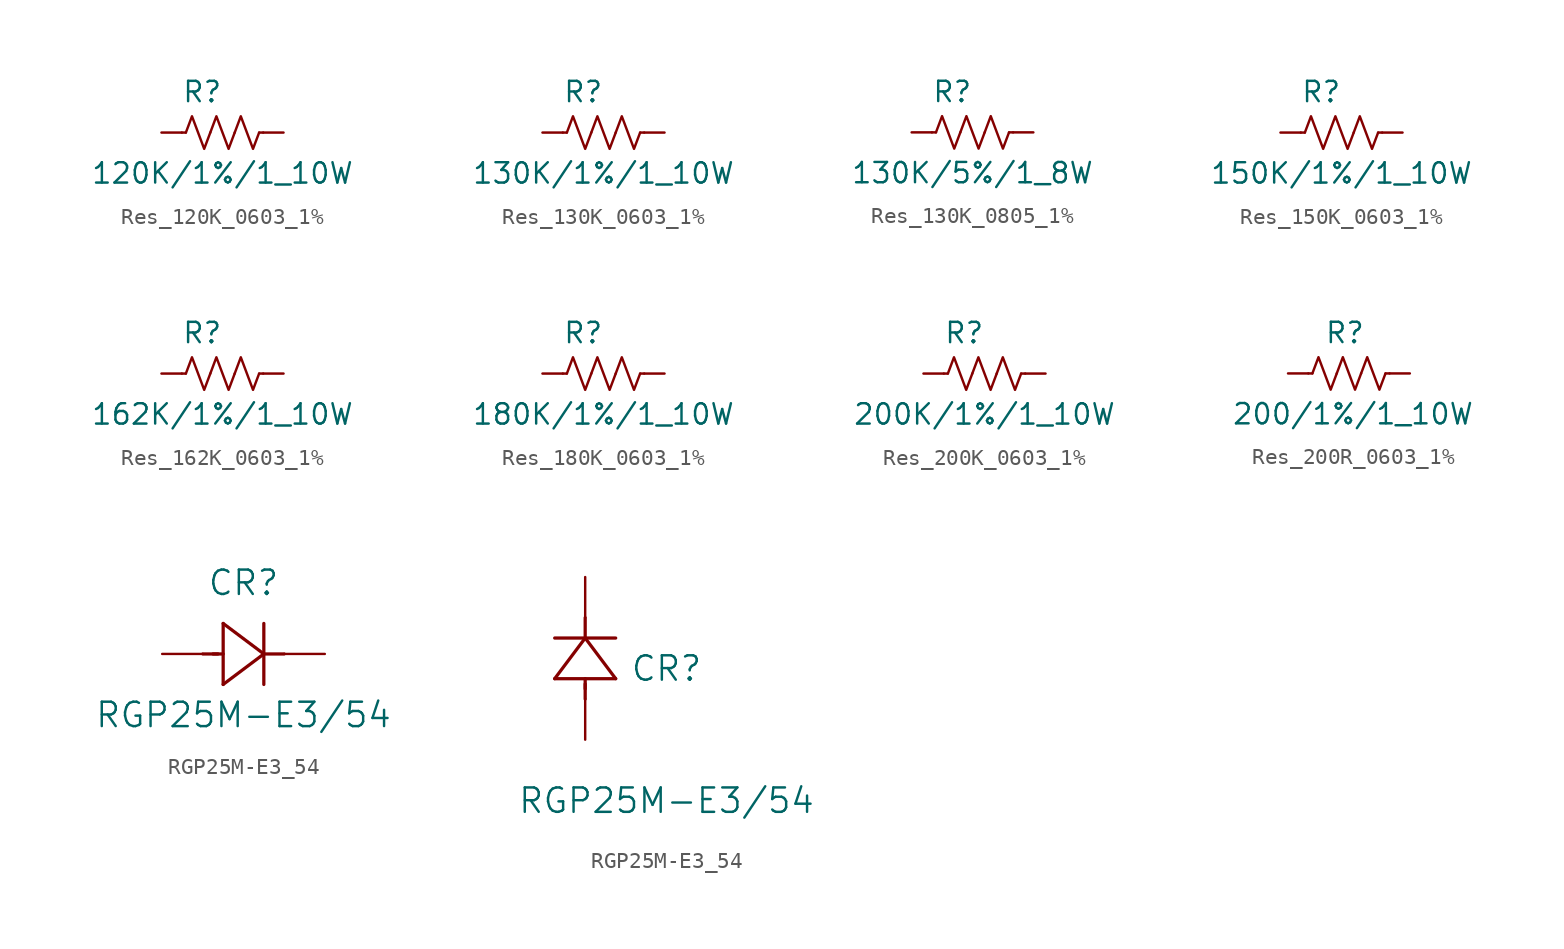
<source format=kicad_sym>
(kicad_symbol_lib
  (version 20231120)
  (generator "kicad_symbol_editor")
  (generator_version "8.0")
  (symbol "Res_120K_0603_1%"
    (pin_numbers hide)
    (pin_names hide)
    (property "Reference" "R"
      (at 2.54 2.54 0)
      (effects (font (size 1.27 1.27))))
    (property "Value" "120K/1%/1_10W"
      (at 3.81 -2.54 0)
      (effects (font (size 1.27 1.27))))
    (symbol "Res_120K_0603_1%_0_1"
      (polyline (pts (xy 1.524 0) (xy 1.27 0)) (stroke (width 0) (type default)) (fill (type none)))
      (polyline (pts (xy 6.096 0) (xy 6.35 0)) (stroke (width 0) (type default)) (fill (type none)))
      (polyline (pts (xy 1.524 0) (xy 1.905 1.016) (xy 2.286 0) (xy 2.667 -1.016) (xy 3.048 0)) (stroke (width 0) (type default)) (fill (type none)))
      (polyline (pts (xy 3.048 0) (xy 3.429 1.016) (xy 3.81 0) (xy 4.191 -1.016) (xy 4.572 0)) (stroke (width 0) (type default)) (fill (type none)))
      (polyline (pts (xy 4.572 0) (xy 4.953 1.016) (xy 5.334 0) (xy 5.715 -1.016) (xy 6.096 0)) (stroke (width 0) (type default)) (fill (type none))))
    (symbol "Res_120K_0603_1%_1_1"
      (pin passive line (at 0 0 0) (length 1.27) (name "~" (effects (font (size 1.27 1.27)))) (number "1" (effects (font (size 1.27 1.27)))))
      (pin passive line (at 7.62 0 180) (length 1.27) (name "~" (effects (font (size 1.27 1.27)))) (number "2" (effects (font (size 1.27 1.27)))))))
  (symbol "Res_130K_0603_1%"
    (pin_numbers hide)
    (pin_names hide)
    (property "Reference" "R"
      (at 2.54 2.54 0)
      (effects (font (size 1.27 1.27))))
    (property "Value" "130K/1%/1_10W"
      (at 3.81 -2.54 0)
      (effects (font (size 1.27 1.27))))
    (symbol "Res_130K_0603_1%_0_1"
      (polyline (pts (xy 1.524 0) (xy 1.27 0)) (stroke (width 0) (type default)) (fill (type none)))
      (polyline (pts (xy 6.096 0) (xy 6.35 0)) (stroke (width 0) (type default)) (fill (type none)))
      (polyline (pts (xy 1.524 0) (xy 1.905 1.016) (xy 2.286 0) (xy 2.667 -1.016) (xy 3.048 0)) (stroke (width 0) (type default)) (fill (type none)))
      (polyline (pts (xy 3.048 0) (xy 3.429 1.016) (xy 3.81 0) (xy 4.191 -1.016) (xy 4.572 0)) (stroke (width 0) (type default)) (fill (type none)))
      (polyline (pts (xy 4.572 0) (xy 4.953 1.016) (xy 5.334 0) (xy 5.715 -1.016) (xy 6.096 0)) (stroke (width 0) (type default)) (fill (type none))))
    (symbol "Res_130K_0603_1%_1_1"
      (pin passive line (at 0 0 0) (length 1.27) (name "~" (effects (font (size 1.27 1.27)))) (number "1" (effects (font (size 1.27 1.27)))))
      (pin passive line (at 7.62 0 180) (length 1.27) (name "~" (effects (font (size 1.27 1.27)))) (number "2" (effects (font (size 1.27 1.27)))))))
  (symbol "Res_130K_0805_1%"
    (pin_numbers hide)
    (pin_names hide)
    (property "Reference" "R"
      (at 2.54 2.54 0)
      (effects (font (size 1.27 1.27))))
    (property "Value" "130K/5%/1_8W"
      (at 3.81 -2.54 0)
      (effects (font (size 1.27 1.27))))
    (symbol "Res_130K_0805_1%_0_1"
      (polyline (pts (xy 1.524 0) (xy 1.27 0)) (stroke (width 0) (type default)) (fill (type none)))
      (polyline (pts (xy 6.096 0) (xy 6.35 0)) (stroke (width 0) (type default)) (fill (type none)))
      (polyline (pts (xy 1.524 0) (xy 1.905 1.016) (xy 2.286 0) (xy 2.667 -1.016) (xy 3.048 0)) (stroke (width 0) (type default)) (fill (type none)))
      (polyline (pts (xy 3.048 0) (xy 3.429 1.016) (xy 3.81 0) (xy 4.191 -1.016) (xy 4.572 0)) (stroke (width 0) (type default)) (fill (type none)))
      (polyline (pts (xy 4.572 0) (xy 4.953 1.016) (xy 5.334 0) (xy 5.715 -1.016) (xy 6.096 0)) (stroke (width 0) (type default)) (fill (type none))))
    (symbol "Res_130K_0805_1%_1_1"
      (pin passive line (at 0 0 0) (length 1.27) (name "~" (effects (font (size 1.27 1.27)))) (number "1" (effects (font (size 1.27 1.27)))))
      (pin passive line (at 7.62 0 180) (length 1.27) (name "~" (effects (font (size 1.27 1.27)))) (number "2" (effects (font (size 1.27 1.27)))))))
  (symbol "Res_150K_0603_1%"
    (pin_numbers hide)
    (pin_names hide)
    (property "Reference" "R"
      (at 2.54 2.54 0)
      (effects (font (size 1.27 1.27))))
    (property "Value" "150K/1%/1_10W"
      (at 3.81 -2.54 0)
      (effects (font (size 1.27 1.27))))
    (symbol "Res_150K_0603_1%_0_1"
      (polyline (pts (xy 1.524 0) (xy 1.27 0)) (stroke (width 0) (type default)) (fill (type none)))
      (polyline (pts (xy 6.096 0) (xy 6.35 0)) (stroke (width 0) (type default)) (fill (type none)))
      (polyline (pts (xy 1.524 0) (xy 1.905 1.016) (xy 2.286 0) (xy 2.667 -1.016) (xy 3.048 0)) (stroke (width 0) (type default)) (fill (type none)))
      (polyline (pts (xy 3.048 0) (xy 3.429 1.016) (xy 3.81 0) (xy 4.191 -1.016) (xy 4.572 0)) (stroke (width 0) (type default)) (fill (type none)))
      (polyline (pts (xy 4.572 0) (xy 4.953 1.016) (xy 5.334 0) (xy 5.715 -1.016) (xy 6.096 0)) (stroke (width 0) (type default)) (fill (type none))))
    (symbol "Res_150K_0603_1%_1_1"
      (pin passive line (at 0 0 0) (length 1.27) (name "~" (effects (font (size 1.27 1.27)))) (number "1" (effects (font (size 1.27 1.27)))))
      (pin passive line (at 7.62 0 180) (length 1.27) (name "~" (effects (font (size 1.27 1.27)))) (number "2" (effects (font (size 1.27 1.27)))))))
  (symbol "Res_162K_0603_1%"
    (pin_numbers hide)
    (pin_names hide)
    (property "Reference" "R"
      (at 2.54 2.54 0)
      (effects (font (size 1.27 1.27))))
    (property "Value" "162K/1%/1_10W"
      (at 3.81 -2.54 0)
      (effects (font (size 1.27 1.27))))
    (symbol "Res_162K_0603_1%_0_1"
      (polyline (pts (xy 1.524 0) (xy 1.27 0)) (stroke (width 0) (type default)) (fill (type none)))
      (polyline (pts (xy 6.096 0) (xy 6.35 0)) (stroke (width 0) (type default)) (fill (type none)))
      (polyline (pts (xy 1.524 0) (xy 1.905 1.016) (xy 2.286 0) (xy 2.667 -1.016) (xy 3.048 0)) (stroke (width 0) (type default)) (fill (type none)))
      (polyline (pts (xy 3.048 0) (xy 3.429 1.016) (xy 3.81 0) (xy 4.191 -1.016) (xy 4.572 0)) (stroke (width 0) (type default)) (fill (type none)))
      (polyline (pts (xy 4.572 0) (xy 4.953 1.016) (xy 5.334 0) (xy 5.715 -1.016) (xy 6.096 0)) (stroke (width 0) (type default)) (fill (type none))))
    (symbol "Res_162K_0603_1%_1_1"
      (pin passive line (at 0 0 0) (length 1.27) (name "~" (effects (font (size 1.27 1.27)))) (number "1" (effects (font (size 1.27 1.27)))))
      (pin passive line (at 7.62 0 180) (length 1.27) (name "~" (effects (font (size 1.27 1.27)))) (number "2" (effects (font (size 1.27 1.27)))))))
  (symbol "Res_180K_0603_1%"
    (pin_numbers hide)
    (pin_names hide)
    (property "Reference" "R"
      (at 2.54 2.54 0)
      (effects (font (size 1.27 1.27))))
    (property "Value" "180K/1%/1_10W"
      (at 3.81 -2.54 0)
      (effects (font (size 1.27 1.27))))
    (symbol "Res_180K_0603_1%_0_1"
      (polyline (pts (xy 1.524 0) (xy 1.27 0)) (stroke (width 0) (type default)) (fill (type none)))
      (polyline (pts (xy 6.096 0) (xy 6.35 0)) (stroke (width 0) (type default)) (fill (type none)))
      (polyline (pts (xy 1.524 0) (xy 1.905 1.016) (xy 2.286 0) (xy 2.667 -1.016) (xy 3.048 0)) (stroke (width 0) (type default)) (fill (type none)))
      (polyline (pts (xy 3.048 0) (xy 3.429 1.016) (xy 3.81 0) (xy 4.191 -1.016) (xy 4.572 0)) (stroke (width 0) (type default)) (fill (type none)))
      (polyline (pts (xy 4.572 0) (xy 4.953 1.016) (xy 5.334 0) (xy 5.715 -1.016) (xy 6.096 0)) (stroke (width 0) (type default)) (fill (type none))))
    (symbol "Res_180K_0603_1%_1_1"
      (pin passive line (at 0 0 0) (length 1.27) (name "~" (effects (font (size 1.27 1.27)))) (number "1" (effects (font (size 1.27 1.27)))))
      (pin passive line (at 7.62 0 180) (length 1.27) (name "~" (effects (font (size 1.27 1.27)))) (number "2" (effects (font (size 1.27 1.27)))))))
  (symbol "Res_200K_0603_1%"
    (pin_numbers hide)
    (pin_names hide)
    (property "Reference" "R"
      (at 2.54 2.54 0)
      (effects (font (size 1.27 1.27))))
    (property "Value" "200K/1%/1_10W"
      (at 3.81 -2.54 0)
      (effects (font (size 1.27 1.27))))
    (symbol "Res_200K_0603_1%_0_1"
      (polyline (pts (xy 1.524 0) (xy 1.27 0)) (stroke (width 0) (type default)) (fill (type none)))
      (polyline (pts (xy 6.096 0) (xy 6.35 0)) (stroke (width 0) (type default)) (fill (type none)))
      (polyline (pts (xy 1.524 0) (xy 1.905 1.016) (xy 2.286 0) (xy 2.667 -1.016) (xy 3.048 0)) (stroke (width 0) (type default)) (fill (type none)))
      (polyline (pts (xy 3.048 0) (xy 3.429 1.016) (xy 3.81 0) (xy 4.191 -1.016) (xy 4.572 0)) (stroke (width 0) (type default)) (fill (type none)))
      (polyline (pts (xy 4.572 0) (xy 4.953 1.016) (xy 5.334 0) (xy 5.715 -1.016) (xy 6.096 0)) (stroke (width 0) (type default)) (fill (type none))))
    (symbol "Res_200K_0603_1%_1_1"
      (pin passive line (at 0 0 0) (length 1.27) (name "~" (effects (font (size 1.27 1.27)))) (number "1" (effects (font (size 1.27 1.27)))))
      (pin passive line (at 7.62 0 180) (length 1.27) (name "~" (effects (font (size 1.27 1.27)))) (number "2" (effects (font (size 1.27 1.27)))))))
  (symbol "Res_200R_0603_1%"
    (pin_numbers hide)
    (pin_names hide)
    (property "Reference" "R"
      (at 3.556 2.54 0)
      (effects (font (size 1.27 1.27))))
    (property "Value" "200/1%/1_10W"
      (at 4.064 -2.54 0)
      (effects (font (size 1.27 1.27))))
    (symbol "Res_200R_0603_1%_0_1"
      (polyline (pts (xy 1.524 0) (xy 1.27 0)) (stroke (width 0) (type default)) (fill (type none)))
      (polyline (pts (xy 6.096 0) (xy 6.35 0)) (stroke (width 0) (type default)) (fill (type none)))
      (polyline (pts (xy 1.524 0) (xy 1.905 1.016) (xy 2.286 0) (xy 2.667 -1.016) (xy 3.048 0)) (stroke (width 0) (type default)) (fill (type none)))
      (polyline (pts (xy 3.048 0) (xy 3.429 1.016) (xy 3.81 0) (xy 4.191 -1.016) (xy 4.572 0)) (stroke (width 0) (type default)) (fill (type none)))
      (polyline (pts (xy 4.572 0) (xy 4.953 1.016) (xy 5.334 0) (xy 5.715 -1.016) (xy 6.096 0)) (stroke (width 0) (type default)) (fill (type none))))
    (symbol "Res_200R_0603_1%_1_1"
      (pin passive line (at 0 0 0) (length 1.27) (name "~" (effects (font (size 1.27 1.27)))) (number "1" (effects (font (size 1.27 1.27)))))
      (pin passive line (at 7.62 0 180) (length 1.27) (name "~" (effects (font (size 1.27 1.27)))) (number "2" (effects (font (size 1.27 1.27)))))))
  (symbol "RGP25M-E3_54"
    (pin_numbers hide)
    (pin_names
      (offset 0.254) hide)
    (property "Reference" "CR"
      (at 5.08 4.445 0)
      (effects (font (size 1.524 1.524))))
    (property "Value" "RGP25M-E3/54"
      (at 5.08 -3.81 0)
      (effects (font (size 1.524 1.524))))
    (symbol "RGP25M-E3_54_1_1"
      (polyline (pts (xy 2.54 0) (xy 3.48 0)) (stroke (width 0.203) (type default)) (fill (type none)))
      (polyline (pts (xy 3.175 0) (xy 3.81 0)) (stroke (width 0.203) (type default)) (fill (type none)))
      (polyline (pts (xy 3.81 -1.905) (xy 6.35 0)) (stroke (width 0.203) (type default)) (fill (type none)))
      (polyline (pts (xy 3.81 1.905) (xy 3.81 -1.905)) (stroke (width 0.203) (type default)) (fill (type none)))
      (polyline (pts (xy 6.35 -1.905) (xy 6.35 1.905)) (stroke (width 0.203) (type default)) (fill (type none)))
      (polyline (pts (xy 6.35 0) (xy 3.81 1.905)) (stroke (width 0.203) (type default)) (fill (type none)))
      (polyline (pts (xy 6.35 0) (xy 7.62 0)) (stroke (width 0.203) (type default)) (fill (type none)))
      (pin unspecified line (at 10.16 0 180) (length 2.54) (name "K" (effects (font (size 1.27 1.27)))) (number "1" (effects (font (size 1.27 1.27)))))
      (pin unspecified line (at 0 0 0) (length 2.54) (name "A" (effects (font (size 1.27 1.27)))) (number "2" (effects (font (size 1.27 1.27))))))
    (symbol "RGP25M-E3_54_1_2"
      (polyline (pts (xy -1.905 3.81) (xy 1.905 3.81)) (stroke (width 0.203) (type default)) (fill (type none)))
      (polyline (pts (xy 0 2.54) (xy 0 3.48)) (stroke (width 0.203) (type default)) (fill (type none)))
      (polyline (pts (xy 0 3.175) (xy 0 3.81)) (stroke (width 0.203) (type default)) (fill (type none)))
      (polyline (pts (xy 0 6.35) (xy -1.905 3.81)) (stroke (width 0.203) (type default)) (fill (type none)))
      (polyline (pts (xy 0 6.35) (xy 0 7.62)) (stroke (width 0.203) (type default)) (fill (type none)))
      (polyline (pts (xy 1.905 3.81) (xy 0 6.35)) (stroke (width 0.203) (type default)) (fill (type none)))
      (polyline (pts (xy 1.905 6.35) (xy -1.905 6.35)) (stroke (width 0.203) (type default)) (fill (type none)))
      (pin unspecified line (at 0 10.16 270) (length 2.54) (name "" (effects (font (size 1.27 1.27)))) (number "1" (effects (font (size 1.27 1.27)))))
      (pin unspecified line (at 0 0 90) (length 2.54) (name "" (effects (font (size 1.27 1.27)))) (number "2" (effects (font (size 1.27 1.27))))))))
</source>
